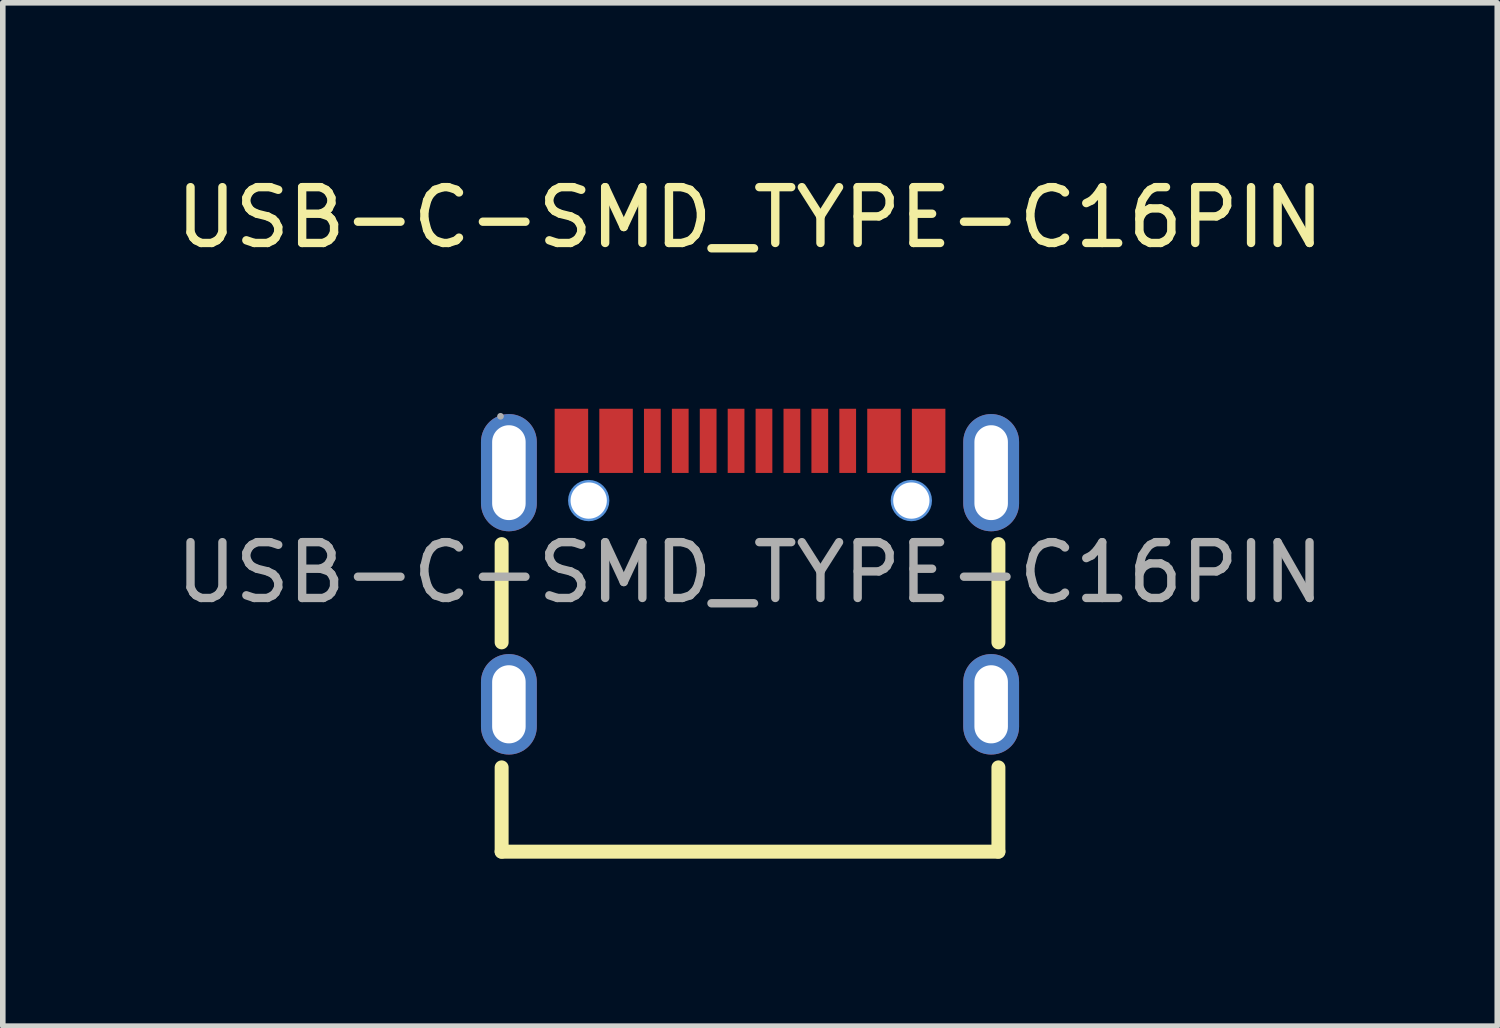
<source format=kicad_pcb>
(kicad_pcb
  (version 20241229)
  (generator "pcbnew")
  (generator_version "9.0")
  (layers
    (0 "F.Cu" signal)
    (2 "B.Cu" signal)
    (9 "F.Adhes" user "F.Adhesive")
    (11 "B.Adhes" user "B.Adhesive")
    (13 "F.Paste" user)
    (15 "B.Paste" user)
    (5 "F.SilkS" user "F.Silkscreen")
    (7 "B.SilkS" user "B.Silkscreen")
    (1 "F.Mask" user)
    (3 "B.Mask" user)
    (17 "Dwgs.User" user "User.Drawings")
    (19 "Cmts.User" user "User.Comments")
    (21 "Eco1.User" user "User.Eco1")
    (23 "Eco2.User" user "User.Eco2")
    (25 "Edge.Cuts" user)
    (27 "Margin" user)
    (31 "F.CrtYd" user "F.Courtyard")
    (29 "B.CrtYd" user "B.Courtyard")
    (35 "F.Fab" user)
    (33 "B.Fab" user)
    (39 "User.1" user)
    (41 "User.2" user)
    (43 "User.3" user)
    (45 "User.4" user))
  (footprint "USB-C-SMD_TYPE-C16PIN"
    (layer "F.Cu")
    (at 10.387 7.208)
    (property "Reference" "USB-C-SMD_TYPE-C16PIN" (at 0 -6.36 0) (layer "F.SilkS") (effects (font (size 1 1) (thickness 0.15))))
    (attr smd)
    (fp_line (start -4.45 -0.51) (end -4.45 1.25) (stroke (width 0.25) (type solid)) (layer "F.SilkS"))
    (fp_line (start -4.45 3.49) (end -4.45 5) (stroke (width 0.25) (type solid)) (layer "F.SilkS"))
    (fp_line (start -4.45 5) (end 4.45 5) (stroke (width 0.25) (type solid)) (layer "F.SilkS"))
    (fp_line (start 4.45 1.25) (end 4.45 -0.51) (stroke (width 0.25) (type solid)) (layer "F.SilkS"))
    (fp_line (start 4.45 5) (end 4.45 3.49) (stroke (width 0.25) (type solid)) (layer "F.SilkS"))
    (fp_circle (center -2.89 -1.29) (end -2.77 -1.29) (stroke (width 0.25) (type solid)) (fill no) (layer "Cmts.User"))
    (fp_circle (center 2.89 -1.29) (end 3.01 -1.29) (stroke (width 0.25) (type solid)) (fill no) (layer "Cmts.User"))
    (fp_circle (center -4.47 -2.8) (end -4.44 -2.8) (stroke (width 0.06) (type solid)) (fill no) (layer "F.Fab"))
    (fp_text user "${REFERENCE}" (at 0 0 0) (layer "F.Fab") (effects (font (size 1 1) (thickness 0.15))))
    (pad "" thru_hole circle (at -2.89 -1.29) (size 0.65 0.65) (drill 0.65) (layers "*.Cu" "*.Mask"))
    (pad "" thru_hole circle (at 2.89 -1.29) (size 0.65 0.65) (drill 0.65) (layers "*.Cu" "*.Mask"))
    (pad "1" thru_hole oval (at -4.32 -1.79) (size 1 2.1) (drill oval 0.6 1.7) (layers "*.Cu" "*.Mask"))
    (pad "2" thru_hole oval (at 4.32 -1.79) (size 1 2.1) (drill oval 0.6 1.7) (layers "*.Cu" "*.Mask"))
    (pad "3" thru_hole oval (at -4.32 2.36) (size 1 1.8) (drill oval 0.6 1.4) (layers "*.Cu" "*.Mask"))
    (pad "4" thru_hole oval (at 4.32 2.36) (size 1 1.8) (drill oval 0.6 1.4) (layers "*.Cu" "*.Mask"))
    (pad "A1B12" smd rect (at -3.2 -2.36) (size 0.6 1.15) (layers "F.Cu" "F.Mask" "F.Paste"))
    (pad "A4B9" smd rect (at -2.4 -2.36) (size 0.6 1.15) (layers "F.Cu" "F.Mask" "F.Paste"))
    (pad "A5" smd rect (at -1.25 -2.36) (size 0.3 1.15) (layers "F.Cu" "F.Mask" "F.Paste"))
    (pad "A6" smd rect (at -0.25 -2.36) (size 0.3 1.15) (layers "F.Cu" "F.Mask" "F.Paste"))
    (pad "A7" smd rect (at 0.25 -2.36) (size 0.3 1.15) (layers "F.Cu" "F.Mask" "F.Paste"))
    (pad "A8" smd rect (at -1.75 -2.36) (size 0.3 1.15) (layers "F.Cu" "F.Mask" "F.Paste"))
    (pad "B1A12" smd rect (at 3.2 -2.36) (size 0.6 1.15) (layers "F.Cu" "F.Mask" "F.Paste"))
    (pad "B4A9" smd rect (at 2.4 -2.36) (size 0.6 1.15) (layers "F.Cu" "F.Mask" "F.Paste"))
    (pad "B5" smd rect (at 1.75 -2.36) (size 0.3 1.15) (layers "F.Cu" "F.Mask" "F.Paste"))
    (pad "B6" smd rect (at 0.75 -2.36) (size 0.3 1.15) (layers "F.Cu" "F.Mask" "F.Paste"))
    (pad "B7" smd rect (at -0.75 -2.36) (size 0.3 1.15) (layers "F.Cu" "F.Mask" "F.Paste"))
    (pad "B8" smd rect (at 1.25 -2.36) (size 0.3 1.15) (layers "F.Cu" "F.Mask" "F.Paste")))
  (gr_rect
    (start -3 -3)
    (end 23.774 15.333)
    (stroke (width 0.1) (type default))
    (fill no)
    (layer "Edge.Cuts")))
</source>
